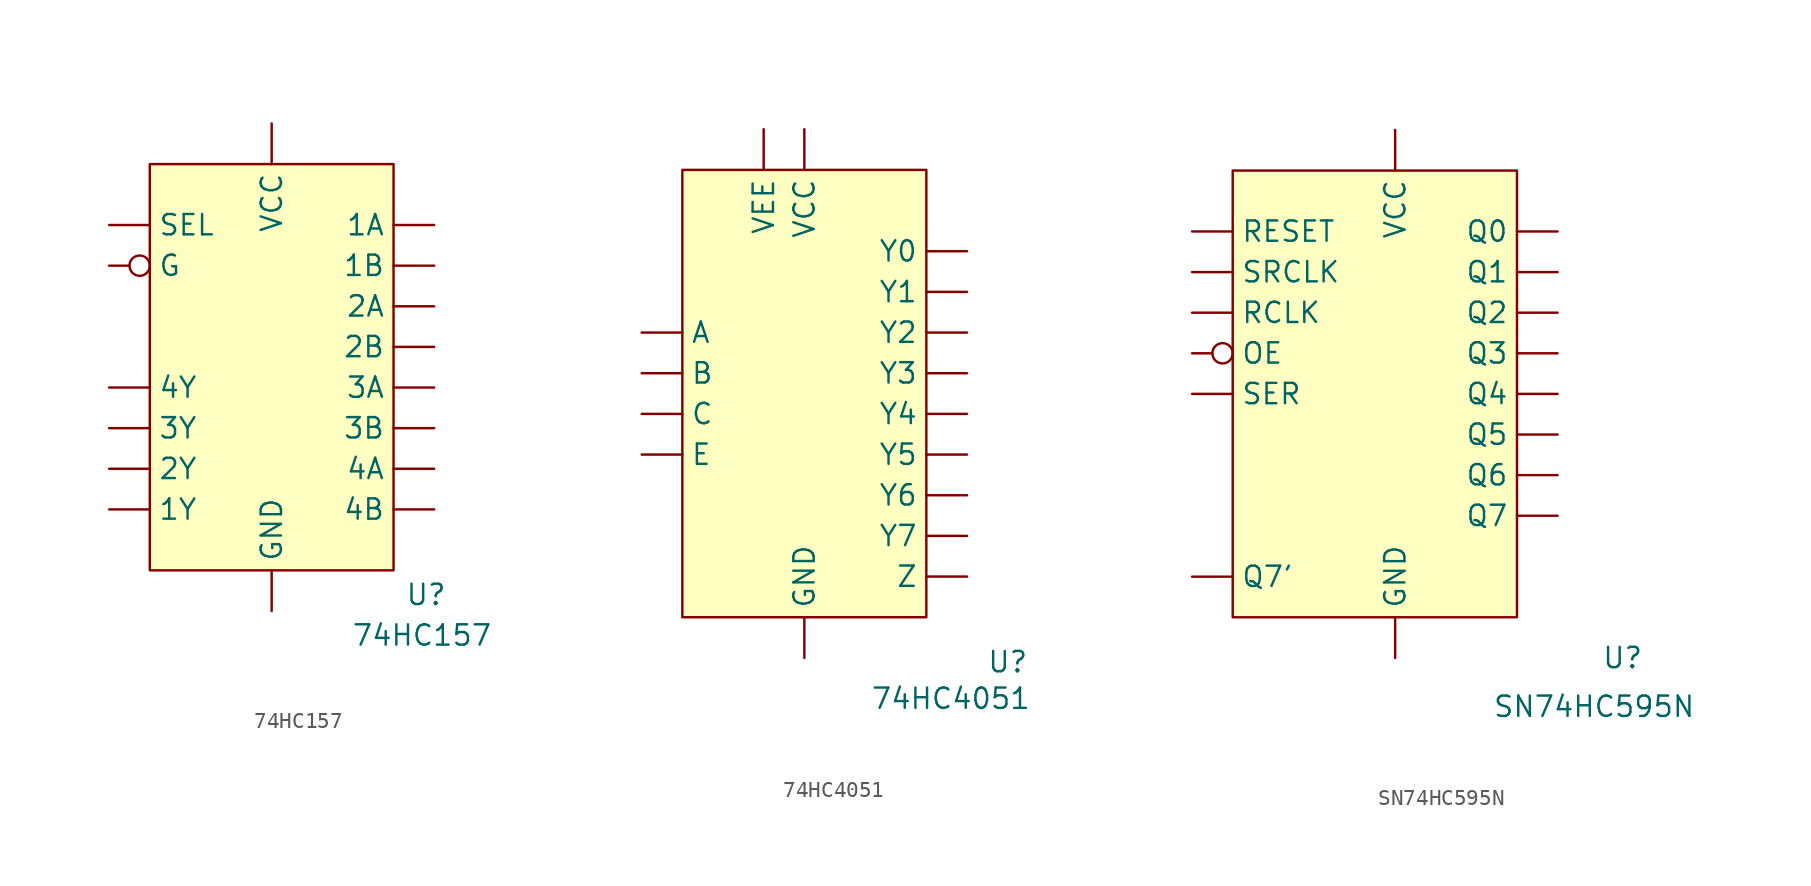
<source format=kicad_sym>
(kicad_symbol_lib
  (version 20231120)
  (generator "kicad_symbol_editor")
  (generator_version "8.0")
  (symbol "74HC157"
    (property "Reference" "U"
      (at 9.652 -15.494 0)
      (effects (font (size 1.27 1.27))))
    (property "Value" "74HC157"
      (at 9.398 -18.034 0)
      (effects (font (size 1.27 1.27))))
    (symbol "74HC157_0_1"
      (rectangle (start -7.62 11.43) (end 7.62 -13.97) (stroke (width 0) (type default)) (fill (type background))))
    (symbol "74HC157_1_1"
      (pin input line (at 10.16 7.62 180) (length 2.54) (name "1A" (effects (font (size 1.27 1.27)))) (number "" (effects (font (size 1.27 1.27)))))
      (pin input line (at 10.16 5.08 180) (length 2.54) (name "1B" (effects (font (size 1.27 1.27)))) (number "" (effects (font (size 1.27 1.27)))))
      (pin input line (at -10.16 -10.16 0) (length 2.54) (name "1Y" (effects (font (size 1.27 1.27)))) (number "" (effects (font (size 1.27 1.27)))))
      (pin input line (at 10.16 2.54 180) (length 2.54) (name "2A" (effects (font (size 1.27 1.27)))) (number "" (effects (font (size 1.27 1.27)))))
      (pin input line (at 10.16 0 180) (length 2.54) (name "2B" (effects (font (size 1.27 1.27)))) (number "" (effects (font (size 1.27 1.27)))))
      (pin input line (at -10.16 -7.62 0) (length 2.54) (name "2Y" (effects (font (size 1.27 1.27)))) (number "" (effects (font (size 1.27 1.27)))))
      (pin input line (at 10.16 -2.54 180) (length 2.54) (name "3A" (effects (font (size 1.27 1.27)))) (number "" (effects (font (size 1.27 1.27)))))
      (pin input line (at 10.16 -5.08 180) (length 2.54) (name "3B" (effects (font (size 1.27 1.27)))) (number "" (effects (font (size 1.27 1.27)))))
      (pin input line (at -10.16 -5.08 0) (length 2.54) (name "3Y" (effects (font (size 1.27 1.27)))) (number "" (effects (font (size 1.27 1.27)))))
      (pin input line (at 10.16 -7.62 180) (length 2.54) (name "4A" (effects (font (size 1.27 1.27)))) (number "" (effects (font (size 1.27 1.27)))))
      (pin input line (at 10.16 -10.16 180) (length 2.54) (name "4B" (effects (font (size 1.27 1.27)))) (number "" (effects (font (size 1.27 1.27)))))
      (pin input line (at -10.16 -2.54 0) (length 2.54) (name "4Y" (effects (font (size 1.27 1.27)))) (number "" (effects (font (size 1.27 1.27)))))
      (pin input inverted (at -10.16 5.08 0) (length 2.54) (name "G" (effects (font (size 1.27 1.27)))) (number "" (effects (font (size 1.27 1.27)))))
      (pin power_in line (at 0 -16.51 90) (length 2.54) (name "GND" (effects (font (size 1.27 1.27)))) (number "" (effects (font (size 1.27 1.27)))))
      (pin input line (at -10.16 7.62 0) (length 2.54) (name "SEL" (effects (font (size 1.27 1.27)))) (number "" (effects (font (size 1.27 1.27)))))
      (pin power_in line (at 0 13.97 270) (length 2.54) (name "VCC" (effects (font (size 1.27 1.27)))) (number "" (effects (font (size 1.27 1.27)))))))
  (symbol "74HC4051"
    (property "Reference" "U"
      (at 12.7 -15.494 0)
      (effects (font (size 1.27 1.27))))
    (property "Value" "74HC4051"
      (at 9.144 -17.78 0)
      (effects (font (size 1.27 1.27))))
    (symbol "74HC4051_0_1"
      (rectangle (start -7.62 15.24) (end 7.62 -12.7) (stroke (width 0) (type default)) (fill (type background))))
    (symbol "74HC4051_1_1"
      (pin input line (at -10.16 5.08 0) (length 2.54) (name "A" (effects (font (size 1.27 1.27)))) (number "" (effects (font (size 1.27 1.27)))))
      (pin input line (at -10.16 2.54 0) (length 2.54) (name "B" (effects (font (size 1.27 1.27)))) (number "" (effects (font (size 1.27 1.27)))))
      (pin input line (at -10.16 0 0) (length 2.54) (name "C" (effects (font (size 1.27 1.27)))) (number "" (effects (font (size 1.27 1.27)))))
      (pin input line (at -10.16 -2.54 0) (length 2.54) (name "E" (effects (font (size 1.27 1.27)))) (number "" (effects (font (size 1.27 1.27)))))
      (pin power_in line (at 0 -15.24 90) (length 2.54) (name "GND" (effects (font (size 1.27 1.27)))) (number "" (effects (font (size 1.27 1.27)))))
      (pin power_in line (at 0 17.78 270) (length 2.54) (name "VCC" (effects (font (size 1.27 1.27)))) (number "" (effects (font (size 1.27 1.27)))))
      (pin power_in line (at -2.54 17.78 270) (length 2.54) (name "VEE" (effects (font (size 1.27 1.27)))) (number "" (effects (font (size 1.27 1.27)))))
      (pin bidirectional line (at 10.16 10.16 180) (length 2.54) (name "Y0" (effects (font (size 1.27 1.27)))) (number "" (effects (font (size 1.27 1.27)))))
      (pin bidirectional line (at 10.16 7.62 180) (length 2.54) (name "Y1" (effects (font (size 1.27 1.27)))) (number "" (effects (font (size 1.27 1.27)))))
      (pin bidirectional line (at 10.16 5.08 180) (length 2.54) (name "Y2" (effects (font (size 1.27 1.27)))) (number "" (effects (font (size 1.27 1.27)))))
      (pin bidirectional line (at 10.16 2.54 180) (length 2.54) (name "Y3" (effects (font (size 1.27 1.27)))) (number "" (effects (font (size 1.27 1.27)))))
      (pin bidirectional line (at 10.16 0 180) (length 2.54) (name "Y4" (effects (font (size 1.27 1.27)))) (number "" (effects (font (size 1.27 1.27)))))
      (pin bidirectional line (at 10.16 -2.54 180) (length 2.54) (name "Y5" (effects (font (size 1.27 1.27)))) (number "" (effects (font (size 1.27 1.27)))))
      (pin bidirectional line (at 10.16 -5.08 180) (length 2.54) (name "Y6" (effects (font (size 1.27 1.27)))) (number "" (effects (font (size 1.27 1.27)))))
      (pin bidirectional line (at 10.16 -7.62 180) (length 2.54) (name "Y7" (effects (font (size 1.27 1.27)))) (number "" (effects (font (size 1.27 1.27)))))
      (pin bidirectional line (at 10.16 -10.16 180) (length 2.54) (name "Z" (effects (font (size 1.27 1.27)))) (number "" (effects (font (size 1.27 1.27)))))))
  (symbol "SN74HC595N"
    (property "Reference" "U"
      (at 14.224 -15.24 0)
      (effects (font (size 1.27 1.27))))
    (property "Value" "SN74HC595N"
      (at 12.446 -18.288 0)
      (effects (font (size 1.27 1.27))))
    (symbol "SN74HC595N_0_1"
      (rectangle (start -10.16 15.24) (end 7.62 -12.7) (stroke (width 0) (type default)) (fill (type background))))
    (symbol "SN74HC595N_1_1"
      (pin power_in line (at 0 -15.24 90) (length 2.54) (name "GND" (effects (font (size 1.27 1.27)))) (number "" (effects (font (size 1.27 1.27)))))
      (pin input inverted (at -12.7 3.81 0) (length 2.54) (name "OE" (effects (font (size 1.27 1.27)))) (number "" (effects (font (size 1.27 1.27)))))
      (pin output line (at 10.16 11.43 180) (length 2.54) (name "Q0" (effects (font (size 1.27 1.27)))) (number "" (effects (font (size 1.27 1.27)))))
      (pin output line (at 10.16 8.89 180) (length 2.54) (name "Q1" (effects (font (size 1.27 1.27)))) (number "" (effects (font (size 1.27 1.27)))))
      (pin output line (at 10.16 6.35 180) (length 2.54) (name "Q2" (effects (font (size 1.27 1.27)))) (number "" (effects (font (size 1.27 1.27)))))
      (pin output line (at 10.16 3.81 180) (length 2.54) (name "Q3" (effects (font (size 1.27 1.27)))) (number "" (effects (font (size 1.27 1.27)))))
      (pin output line (at 10.16 1.27 180) (length 2.54) (name "Q4" (effects (font (size 1.27 1.27)))) (number "" (effects (font (size 1.27 1.27)))))
      (pin output line (at 10.16 -1.27 180) (length 2.54) (name "Q5" (effects (font (size 1.27 1.27)))) (number "" (effects (font (size 1.27 1.27)))))
      (pin output line (at 10.16 -3.81 180) (length 2.54) (name "Q6" (effects (font (size 1.27 1.27)))) (number "" (effects (font (size 1.27 1.27)))))
      (pin output line (at 10.16 -6.35 180) (length 2.54) (name "Q7" (effects (font (size 1.27 1.27)))) (number "" (effects (font (size 1.27 1.27)))))
      (pin output line (at -12.7 -10.16 0) (length 2.54) (name "Q7'" (effects (font (size 1.27 1.27)))) (number "" (effects (font (size 1.27 1.27)))))
      (pin input line (at -12.7 6.35 0) (length 2.54) (name "RCLK" (effects (font (size 1.27 1.27)))) (number "" (effects (font (size 1.27 1.27)))))
      (pin input line (at -12.7 11.43 0) (length 2.54) (name "RESET" (effects (font (size 1.27 1.27)))) (number "" (effects (font (size 1.27 1.27)))))
      (pin input line (at -12.7 1.27 0) (length 2.54) (name "SER" (effects (font (size 1.27 1.27)))) (number "" (effects (font (size 1.27 1.27)))))
      (pin input line (at -12.7 8.89 0) (length 2.54) (name "SRCLK" (effects (font (size 1.27 1.27)))) (number "" (effects (font (size 1.27 1.27)))))
      (pin power_in line (at 0 17.78 270) (length 2.54) (name "VCC" (effects (font (size 1.27 1.27)))) (number "" (effects (font (size 1.27 1.27))))))))
</source>
